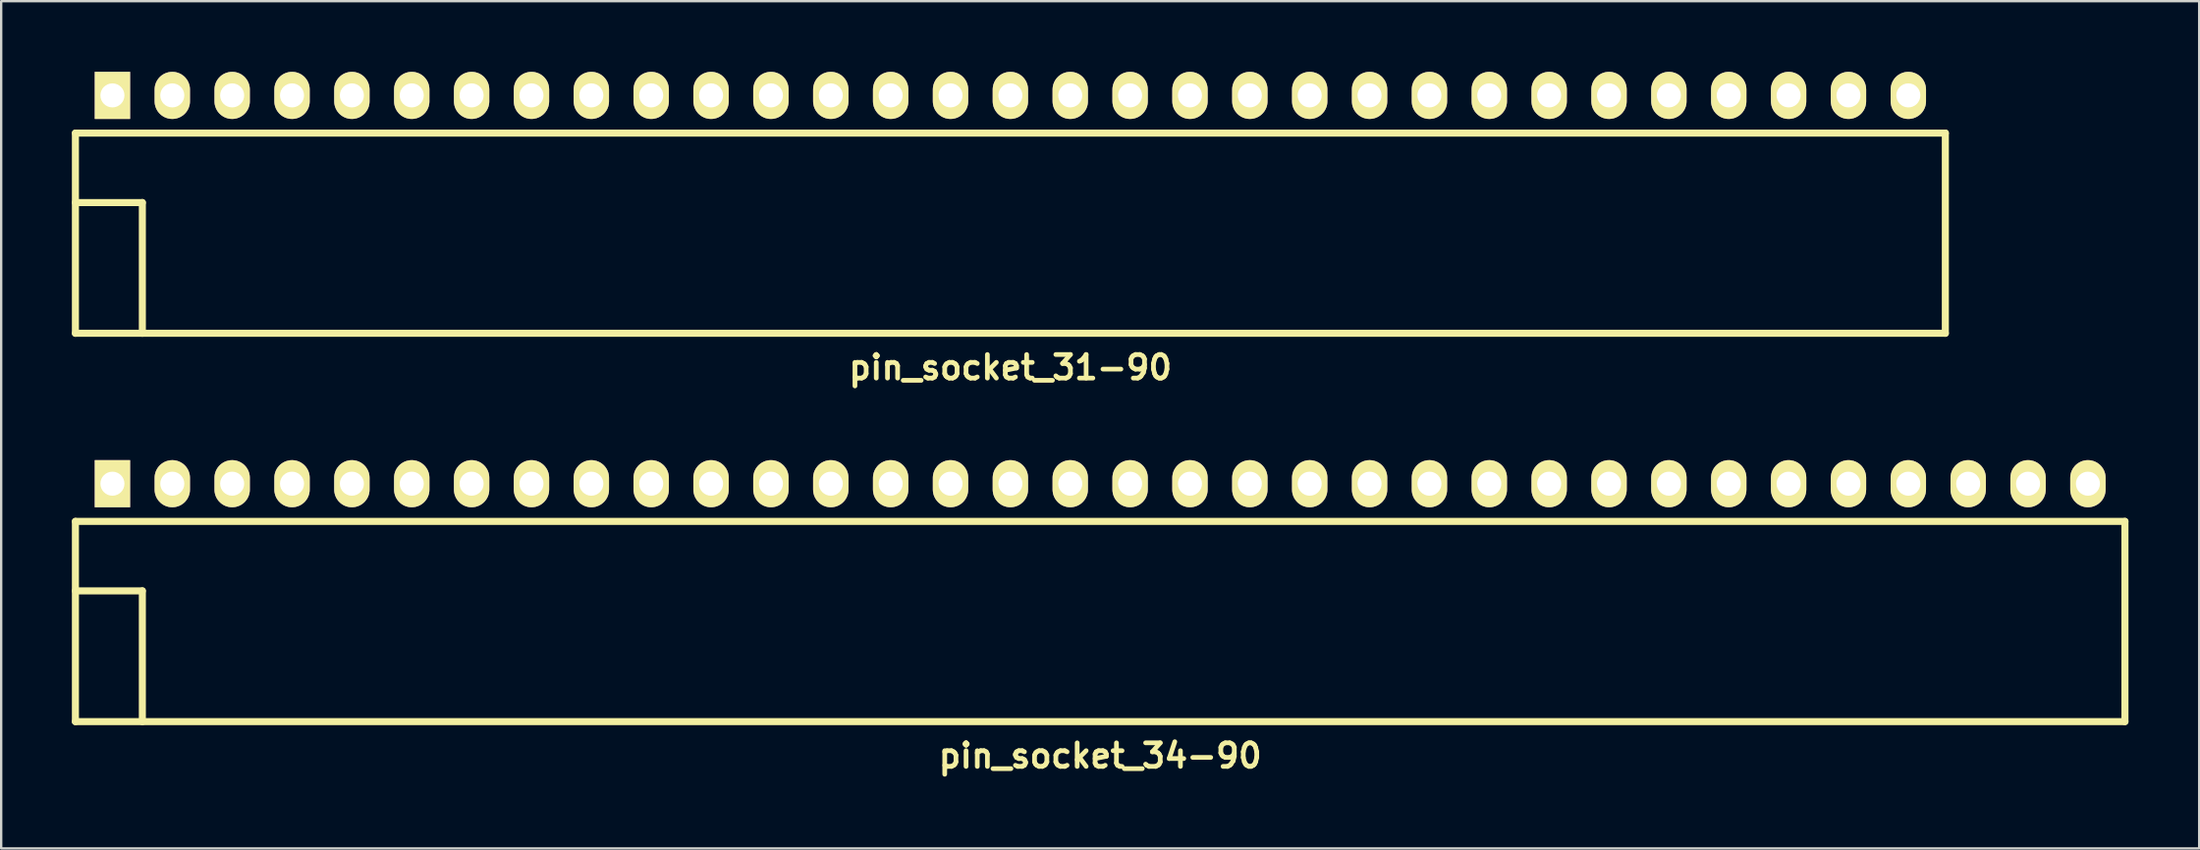
<source format=kicad_pcb>
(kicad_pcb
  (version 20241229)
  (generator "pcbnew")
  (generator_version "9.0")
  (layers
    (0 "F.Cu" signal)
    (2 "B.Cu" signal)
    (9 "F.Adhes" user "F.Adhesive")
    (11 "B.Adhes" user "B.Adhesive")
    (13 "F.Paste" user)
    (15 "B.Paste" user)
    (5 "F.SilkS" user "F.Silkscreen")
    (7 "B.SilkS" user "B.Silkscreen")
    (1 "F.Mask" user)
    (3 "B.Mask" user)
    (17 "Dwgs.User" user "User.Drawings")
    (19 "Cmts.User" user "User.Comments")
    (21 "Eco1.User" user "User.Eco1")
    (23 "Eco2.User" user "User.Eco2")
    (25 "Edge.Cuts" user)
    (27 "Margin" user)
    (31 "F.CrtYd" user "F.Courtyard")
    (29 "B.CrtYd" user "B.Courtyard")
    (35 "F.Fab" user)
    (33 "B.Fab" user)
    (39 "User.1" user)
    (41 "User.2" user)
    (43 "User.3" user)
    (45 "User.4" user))
  (footprint "pin_socket_31-90"
    (layer "F.Cu")
    (at 39.82 5.55)
    (property "Reference" "pin_socket_31-90" (at 0 7 0) (layer "F.SilkS") (effects (font (size 1 1) (thickness 0.2))))
    (attr through_hole)
    (fp_line (start -39.67 -2.95) (end -39.67 5.55) (stroke (width 0.3) (type solid)) (layer "F.SilkS"))
    (fp_line (start -39.67 -2.95) (end 39.67 -2.95) (stroke (width 0.3) (type solid)) (layer "F.SilkS"))
    (fp_line (start -39.67 0) (end -36.83 0) (stroke (width 0.3) (type solid)) (layer "F.SilkS"))
    (fp_line (start -39.67 5.55) (end 39.67 5.55) (stroke (width 0.3) (type solid)) (layer "F.SilkS"))
    (fp_line (start -36.83 0) (end -36.83 5.55) (stroke (width 0.3) (type solid)) (layer "F.SilkS"))
    (fp_line (start 39.67 -2.95) (end 39.67 5.55) (stroke (width 0.3) (type solid)) (layer "F.SilkS"))
    (pad "1" thru_hole rect (at -38.1 -4.55) (size 1.5 2) (drill 1.02) (layers "*.Cu" "*.Mask" "F.SilkS"))
    (pad "2" thru_hole oval (at -35.56 -4.55) (size 1.5 2) (drill 1.02) (layers "*.Cu" "*.Mask" "F.SilkS"))
    (pad "3" thru_hole oval (at -33.02 -4.55) (size 1.5 2) (drill 1.02) (layers "*.Cu" "*.Mask" "F.SilkS"))
    (pad "4" thru_hole oval (at -30.48 -4.55) (size 1.5 2) (drill 1.02) (layers "*.Cu" "*.Mask" "F.SilkS"))
    (pad "5" thru_hole oval (at -27.94 -4.55) (size 1.5 2) (drill 1.02) (layers "*.Cu" "*.Mask" "F.SilkS"))
    (pad "6" thru_hole oval (at -25.4 -4.55) (size 1.5 2) (drill 1.02) (layers "*.Cu" "*.Mask" "F.SilkS"))
    (pad "7" thru_hole oval (at -22.86 -4.55) (size 1.5 2) (drill 1.02) (layers "*.Cu" "*.Mask" "F.SilkS"))
    (pad "8" thru_hole oval (at -20.32 -4.55) (size 1.5 2) (drill 1.02) (layers "*.Cu" "*.Mask" "F.SilkS"))
    (pad "9" thru_hole oval (at -17.78 -4.55) (size 1.5 2) (drill 1.02) (layers "*.Cu" "*.Mask" "F.SilkS"))
    (pad "10" thru_hole oval (at -15.24 -4.55) (size 1.5 2) (drill 1.02) (layers "*.Cu" "*.Mask" "F.SilkS"))
    (pad "12" thru_hole oval (at -10.16 -4.55) (size 1.5 2) (drill 1.02) (layers "*.Cu" "*.Mask" "F.SilkS"))
    (pad "13" thru_hole oval (at -7.62 -4.55) (size 1.5 2) (drill 1.02) (layers "*.Cu" "*.Mask" "F.SilkS"))
    (pad "14" thru_hole oval (at -5.08 -4.55) (size 1.5 2) (drill 1.02) (layers "*.Cu" "*.Mask" "F.SilkS"))
    (pad "15" thru_hole oval (at -2.54 -4.55) (size 1.5 2) (drill 1.02) (layers "*.Cu" "*.Mask" "F.SilkS"))
    (pad "16" thru_hole oval (at 0 -4.55) (size 1.5 2) (drill 1.02) (layers "*.Cu" "*.Mask" "F.SilkS"))
    (pad "17" thru_hole oval (at 2.54 -4.55) (size 1.5 2) (drill 1.02) (layers "*.Cu" "*.Mask" "F.SilkS"))
    (pad "18" thru_hole oval (at 5.08 -4.55) (size 1.5 2) (drill 1.02) (layers "*.Cu" "*.Mask" "F.SilkS"))
    (pad "19" thru_hole oval (at 7.62 -4.55) (size 1.5 2) (drill 1.02) (layers "*.Cu" "*.Mask" "F.SilkS"))
    (pad "20" thru_hole oval (at 10.16 -4.55) (size 1.5 2) (drill 1.02) (layers "*.Cu" "*.Mask" "F.SilkS"))
    (pad "21" thru_hole oval (at 12.7 -4.55) (size 1.5 2) (drill 1.02) (layers "*.Cu" "*.Mask" "F.SilkS"))
    (pad "22" thru_hole oval (at 15.24 -4.55) (size 1.5 2) (drill 1.02) (layers "*.Cu" "*.Mask" "F.SilkS"))
    (pad "23" thru_hole oval (at 17.78 -4.55) (size 1.5 2) (drill 1.02) (layers "*.Cu" "*.Mask" "F.SilkS"))
    (pad "24" thru_hole oval (at 20.32 -4.55) (size 1.5 2) (drill 1.02) (layers "*.Cu" "*.Mask" "F.SilkS"))
    (pad "25" thru_hole oval (at 22.86 -4.55) (size 1.5 2) (drill 1.02) (layers "*.Cu" "*.Mask" "F.SilkS"))
    (pad "26" thru_hole oval (at 25.4 -4.55) (size 1.5 2) (drill 1.02) (layers "*.Cu" "*.Mask" "F.SilkS"))
    (pad "27" thru_hole oval (at 27.94 -4.55) (size 1.5 2) (drill 1.02) (layers "*.Cu" "*.Mask" "F.SilkS"))
    (pad "28" thru_hole oval (at 30.48 -4.55) (size 1.5 2) (drill 1.02) (layers "*.Cu" "*.Mask" "F.SilkS"))
    (pad "29" thru_hole oval (at 33.02 -4.55) (size 1.5 2) (drill 1.02) (layers "*.Cu" "*.Mask" "F.SilkS"))
    (pad "30" thru_hole oval (at 35.56 -4.55) (size 1.5 2) (drill 1.02) (layers "*.Cu" "*.Mask" "F.SilkS"))
    (pad "31" thru_hole oval (at 38.1 -4.55) (size 1.5 2) (drill 1.02) (layers "*.Cu" "*.Mask" "F.SilkS"))
    (pad "1121" thru_hole oval (at -12.7 -4.55) (size 1.5 2) (drill 1.02) (layers "*.Cu" "*.Mask" "F.SilkS")))
  (footprint "pin_socket_34-90"
    (layer "F.Cu")
    (at 43.63 22.036)
    (property "Reference" "pin_socket_34-90" (at 0 7 0) (layer "F.SilkS") (effects (font (size 1 1) (thickness 0.2))))
    (attr through_hole)
    (fp_line (start -43.48 -2.95) (end -43.48 5.55) (stroke (width 0.3) (type solid)) (layer "F.SilkS"))
    (fp_line (start -43.48 -2.95) (end 43.48 -2.95) (stroke (width 0.3) (type solid)) (layer "F.SilkS"))
    (fp_line (start -43.48 0) (end -40.64 0) (stroke (width 0.3) (type solid)) (layer "F.SilkS"))
    (fp_line (start -43.48 5.55) (end 43.48 5.55) (stroke (width 0.3) (type solid)) (layer "F.SilkS"))
    (fp_line (start -40.64 0) (end -40.64 5.55) (stroke (width 0.3) (type solid)) (layer "F.SilkS"))
    (fp_line (start 43.48 -2.95) (end 43.48 5.55) (stroke (width 0.3) (type solid)) (layer "F.SilkS"))
    (pad "1" thru_hole rect (at -41.91 -4.55) (size 1.5 2) (drill 1.02) (layers "*.Cu" "*.Mask" "F.SilkS"))
    (pad "2" thru_hole oval (at -39.37 -4.55) (size 1.5 2) (drill 1.02) (layers "*.Cu" "*.Mask" "F.SilkS"))
    (pad "3" thru_hole oval (at -36.83 -4.55) (size 1.5 2) (drill 1.02) (layers "*.Cu" "*.Mask" "F.SilkS"))
    (pad "4" thru_hole oval (at -34.29 -4.55) (size 1.5 2) (drill 1.02) (layers "*.Cu" "*.Mask" "F.SilkS"))
    (pad "5" thru_hole oval (at -31.75 -4.55) (size 1.5 2) (drill 1.02) (layers "*.Cu" "*.Mask" "F.SilkS"))
    (pad "6" thru_hole oval (at -29.21 -4.55) (size 1.5 2) (drill 1.02) (layers "*.Cu" "*.Mask" "F.SilkS"))
    (pad "7" thru_hole oval (at -26.67 -4.55) (size 1.5 2) (drill 1.02) (layers "*.Cu" "*.Mask" "F.SilkS"))
    (pad "8" thru_hole oval (at -24.13 -4.55) (size 1.5 2) (drill 1.02) (layers "*.Cu" "*.Mask" "F.SilkS"))
    (pad "9" thru_hole oval (at -21.59 -4.55) (size 1.5 2) (drill 1.02) (layers "*.Cu" "*.Mask" "F.SilkS"))
    (pad "10" thru_hole oval (at -19.05 -4.55) (size 1.5 2) (drill 1.02) (layers "*.Cu" "*.Mask" "F.SilkS"))
    (pad "12" thru_hole oval (at -13.97 -4.55) (size 1.5 2) (drill 1.02) (layers "*.Cu" "*.Mask" "F.SilkS"))
    (pad "13" thru_hole oval (at -11.43 -4.55) (size 1.5 2) (drill 1.02) (layers "*.Cu" "*.Mask" "F.SilkS"))
    (pad "14" thru_hole oval (at -8.89 -4.55) (size 1.5 2) (drill 1.02) (layers "*.Cu" "*.Mask" "F.SilkS"))
    (pad "15" thru_hole oval (at -6.35 -4.55) (size 1.5 2) (drill 1.02) (layers "*.Cu" "*.Mask" "F.SilkS"))
    (pad "16" thru_hole oval (at -3.81 -4.55) (size 1.5 2) (drill 1.02) (layers "*.Cu" "*.Mask" "F.SilkS"))
    (pad "17" thru_hole oval (at -1.27 -4.55) (size 1.5 2) (drill 1.02) (layers "*.Cu" "*.Mask" "F.SilkS"))
    (pad "18" thru_hole oval (at 1.27 -4.55) (size 1.5 2) (drill 1.02) (layers "*.Cu" "*.Mask" "F.SilkS"))
    (pad "19" thru_hole oval (at 3.81 -4.55) (size 1.5 2) (drill 1.02) (layers "*.Cu" "*.Mask" "F.SilkS"))
    (pad "20" thru_hole oval (at 6.35 -4.55) (size 1.5 2) (drill 1.02) (layers "*.Cu" "*.Mask" "F.SilkS"))
    (pad "21" thru_hole oval (at 8.89 -4.55) (size 1.5 2) (drill 1.02) (layers "*.Cu" "*.Mask" "F.SilkS"))
    (pad "22" thru_hole oval (at 11.43 -4.55) (size 1.5 2) (drill 1.02) (layers "*.Cu" "*.Mask" "F.SilkS"))
    (pad "23" thru_hole oval (at 13.97 -4.55) (size 1.5 2) (drill 1.02) (layers "*.Cu" "*.Mask" "F.SilkS"))
    (pad "24" thru_hole oval (at 16.51 -4.55) (size 1.5 2) (drill 1.02) (layers "*.Cu" "*.Mask" "F.SilkS"))
    (pad "25" thru_hole oval (at 19.05 -4.55) (size 1.5 2) (drill 1.02) (layers "*.Cu" "*.Mask" "F.SilkS"))
    (pad "26" thru_hole oval (at 21.59 -4.55) (size 1.5 2) (drill 1.02) (layers "*.Cu" "*.Mask" "F.SilkS"))
    (pad "27" thru_hole oval (at 24.13 -4.55) (size 1.5 2) (drill 1.02) (layers "*.Cu" "*.Mask" "F.SilkS"))
    (pad "28" thru_hole oval (at 26.67 -4.55) (size 1.5 2) (drill 1.02) (layers "*.Cu" "*.Mask" "F.SilkS"))
    (pad "29" thru_hole oval (at 29.21 -4.55) (size 1.5 2) (drill 1.02) (layers "*.Cu" "*.Mask" "F.SilkS"))
    (pad "30" thru_hole oval (at 31.75 -4.55) (size 1.5 2) (drill 1.02) (layers "*.Cu" "*.Mask" "F.SilkS"))
    (pad "31" thru_hole oval (at 34.29 -4.55) (size 1.5 2) (drill 1.02) (layers "*.Cu" "*.Mask" "F.SilkS"))
    (pad "32" thru_hole oval (at 36.83 -4.55) (size 1.5 2) (drill 1.02) (layers "*.Cu" "*.Mask" "F.SilkS"))
    (pad "33" thru_hole oval (at 39.37 -4.55) (size 1.5 2) (drill 1.02) (layers "*.Cu" "*.Mask" "F.SilkS"))
    (pad "34" thru_hole oval (at 41.91 -4.55) (size 1.5 2) (drill 1.02) (layers "*.Cu" "*.Mask" "F.SilkS"))
    (pad "1121" thru_hole oval (at -16.51 -4.55) (size 1.5 2) (drill 1.02) (layers "*.Cu" "*.Mask" "F.SilkS")))
  (gr_rect
    (start -3 -3)
    (end 90.26 32.972)
    (stroke (width 0.1) (type default))
    (fill no)
    (layer "Edge.Cuts")))
</source>
